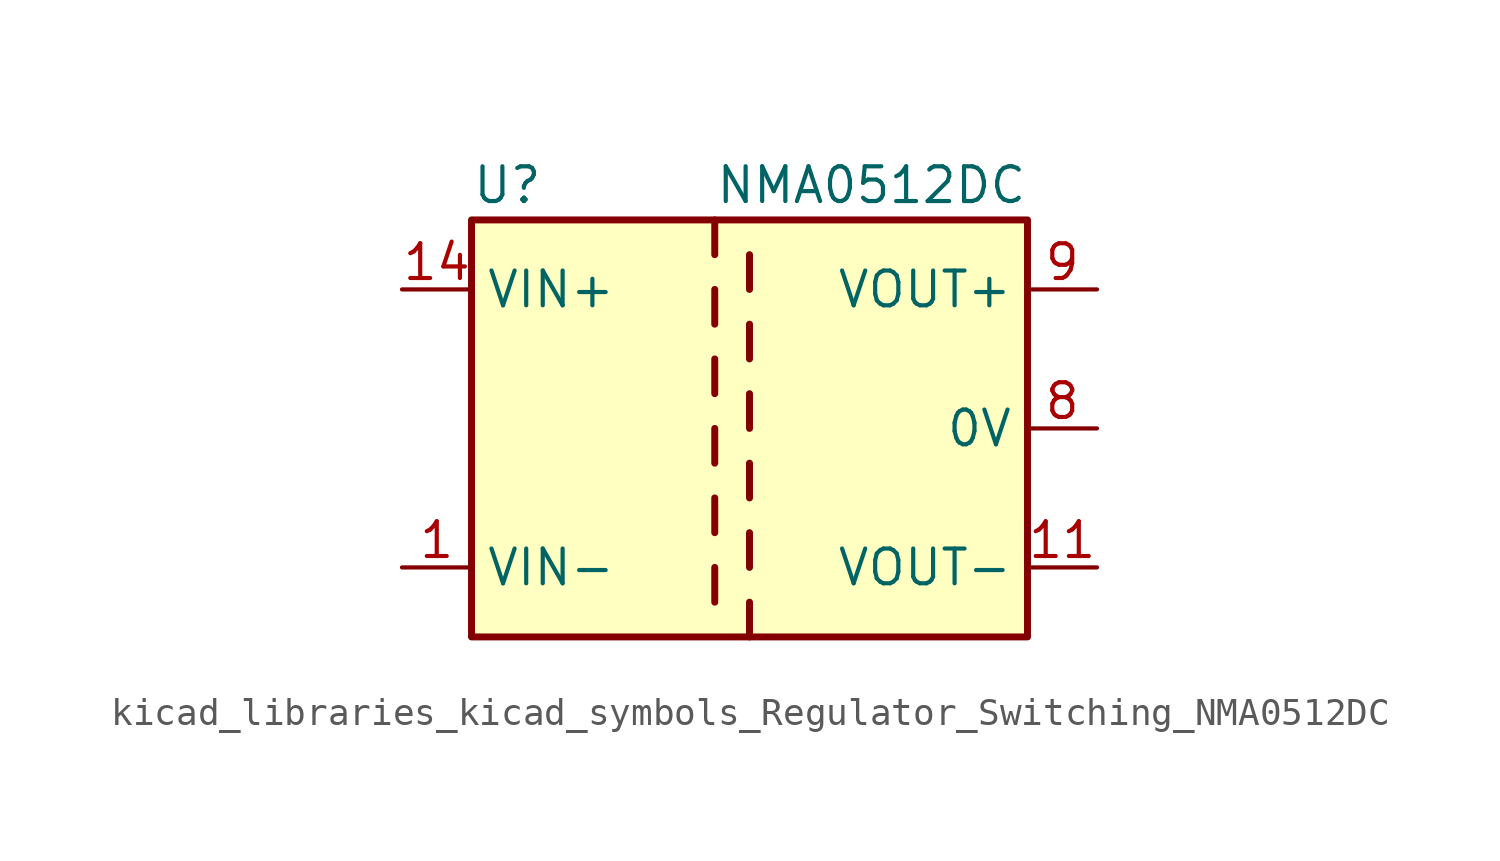
<source format=kicad_sym>
(kicad_symbol_lib
  (version 20220914)
  (generator kicad_symbol_editor)
  (symbol "kicad_libraries_kicad_symbols_Regulator_Switching_NMA0512DC"
    (property "Reference" "U"
      (at -10.16 8.89 0)
      (effects (font (size 1.27 1.27)) (justify left)))
    (property "Value" "NMA0512DC"
      (at -1.27 8.89 0)
      (effects (font (size 1.27 1.27)) (justify left)))
    (symbol "kicad_libraries_kicad_symbols_Regulator_Switching_NMA0512DC_0_1"
      (rectangle (start -10.16 7.62) (end 10.16 -7.62) (stroke (width 0.254) (type default)) (fill (type background)))
      (polyline (pts (xy -1.27 -5.08) (xy -1.27 -6.35)) (stroke (width 0.254) (type default)) (fill (type none)))
      (polyline (pts (xy -1.27 -2.54) (xy -1.27 -3.81)) (stroke (width 0.254) (type default)) (fill (type none)))
      (polyline (pts (xy -1.27 0) (xy -1.27 -1.27)) (stroke (width 0.254) (type default)) (fill (type none)))
      (polyline (pts (xy -1.27 2.54) (xy -1.27 1.27)) (stroke (width 0.254) (type default)) (fill (type none)))
      (polyline (pts (xy -1.27 5.08) (xy -1.27 3.81)) (stroke (width 0.254) (type default)) (fill (type none)))
      (polyline (pts (xy -1.27 7.62) (xy -1.27 6.35)) (stroke (width 0.254) (type default)) (fill (type none)))
      (polyline (pts (xy 0 -7.62) (xy 0 -6.35)) (stroke (width 0.254) (type default)) (fill (type none)))
      (polyline (pts (xy 0 -5.08) (xy 0 -3.81)) (stroke (width 0.254) (type default)) (fill (type none)))
      (polyline (pts (xy 0 -1.27) (xy 0 -2.54)) (stroke (width 0.254) (type default)) (fill (type none)))
      (polyline (pts (xy 0 0) (xy 0 1.27)) (stroke (width 0.254) (type default)) (fill (type none)))
      (polyline (pts (xy 0 2.54) (xy 0 3.81)) (stroke (width 0.254) (type default)) (fill (type none)))
      (polyline (pts (xy 0 5.08) (xy 0 6.35)) (stroke (width 0.254) (type default)) (fill (type none))))
    (symbol "kicad_libraries_kicad_symbols_Regulator_Switching_NMA0512DC_1_1"
      (pin power_in line (at -12.7 -5.08 0) (length 2.54) (name "VIN-" (effects (font (size 1.27 1.27)))) (number "1" (effects (font (size 1.27 1.27)))))
      (pin power_out line (at 12.7 -5.08 180) (length 2.54) (name "VOUT-" (effects (font (size 1.27 1.27)))) (number "11" (effects (font (size 1.27 1.27)))))
      (pin power_in line (at -12.7 5.08 0) (length 2.54) (name "VIN+" (effects (font (size 1.27 1.27)))) (number "14" (effects (font (size 1.27 1.27)))))
      (pin no_connect line (at -10.16 0 0) (length 2.54) hide (name "NC" (effects (font (size 1.27 1.27)))) (number "7" (effects (font (size 1.27 1.27)))))
      (pin power_out line (at 12.7 0 180) (length 2.54) (name "0V" (effects (font (size 1.27 1.27)))) (number "8" (effects (font (size 1.27 1.27)))))
      (pin power_out line (at 12.7 5.08 180) (length 2.54) (name "VOUT+" (effects (font (size 1.27 1.27)))) (number "9" (effects (font (size 1.27 1.27))))))))
</source>
